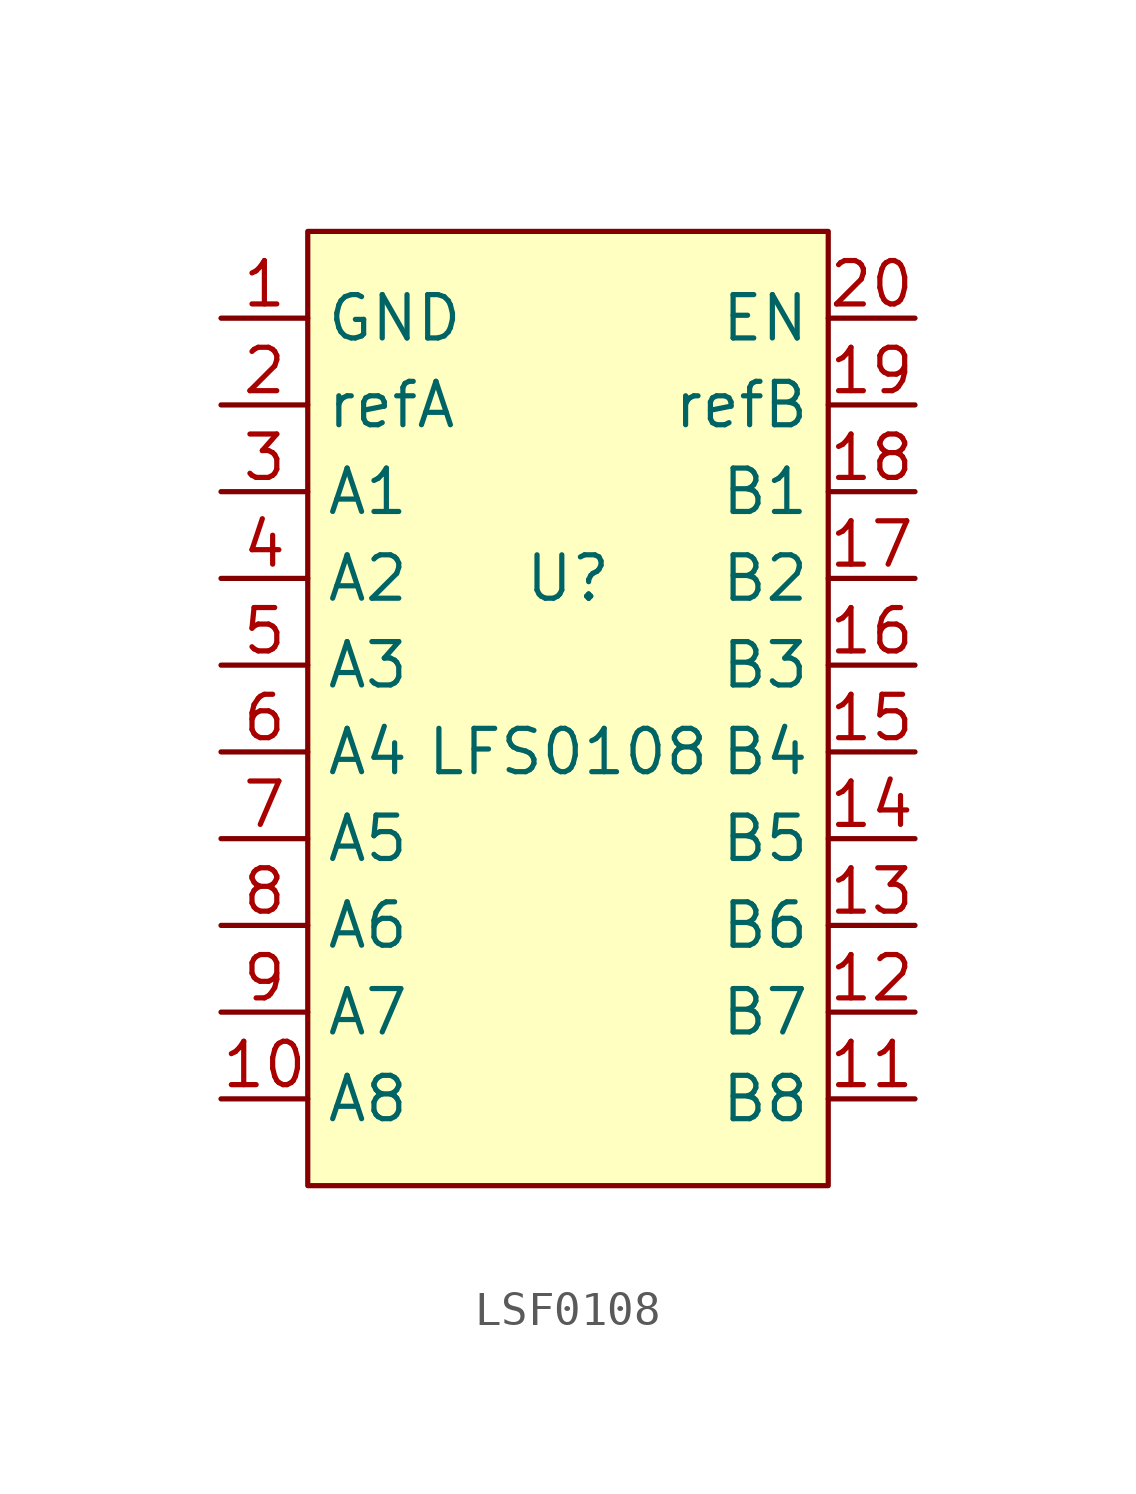
<source format=kicad_sym>
(kicad_symbol_lib
  (version 20220914)
  (generator kicad_symbol_editor)
  (symbol "LSF0108"
    (property "Reference" "U"
      (at 0 2.54 0)
      (effects (font (size 1.27 1.27))))
    (property "Value" "LFS0108"
      (at 0 -2.54 0)
      (effects (font (size 1.27 1.27))))
    (symbol "LSF0108_1_1"
      (rectangle (start -7.62 12.7) (end 7.62 -15.24) (stroke (width 0) (type default)) (fill (type background)))
      (pin passive line (at -10.16 10.16 0) (length 2.54) (name "GND" (effects (font (size 1.27 1.27)))) (number "1" (effects (font (size 1.27 1.27)))))
      (pin passive line (at -10.16 -12.7 0) (length 2.54) (name "A8" (effects (font (size 1.27 1.27)))) (number "10" (effects (font (size 1.27 1.27)))))
      (pin passive line (at 10.16 -12.7 180) (length 2.54) (name "B8" (effects (font (size 1.27 1.27)))) (number "11" (effects (font (size 1.27 1.27)))))
      (pin passive line (at 10.16 -10.16 180) (length 2.54) (name "B7" (effects (font (size 1.27 1.27)))) (number "12" (effects (font (size 1.27 1.27)))))
      (pin passive line (at 10.16 -7.62 180) (length 2.54) (name "B6" (effects (font (size 1.27 1.27)))) (number "13" (effects (font (size 1.27 1.27)))))
      (pin passive line (at 10.16 -5.08 180) (length 2.54) (name "B5" (effects (font (size 1.27 1.27)))) (number "14" (effects (font (size 1.27 1.27)))))
      (pin passive line (at 10.16 -2.54 180) (length 2.54) (name "B4" (effects (font (size 1.27 1.27)))) (number "15" (effects (font (size 1.27 1.27)))))
      (pin passive line (at 10.16 0 180) (length 2.54) (name "B3" (effects (font (size 1.27 1.27)))) (number "16" (effects (font (size 1.27 1.27)))))
      (pin passive line (at 10.16 2.54 180) (length 2.54) (name "B2" (effects (font (size 1.27 1.27)))) (number "17" (effects (font (size 1.27 1.27)))))
      (pin passive line (at 10.16 5.08 180) (length 2.54) (name "B1" (effects (font (size 1.27 1.27)))) (number "18" (effects (font (size 1.27 1.27)))))
      (pin passive line (at 10.16 7.62 180) (length 2.54) (name "refB" (effects (font (size 1.27 1.27)))) (number "19" (effects (font (size 1.27 1.27)))))
      (pin passive line (at -10.16 7.62 0) (length 2.54) (name "refA" (effects (font (size 1.27 1.27)))) (number "2" (effects (font (size 1.27 1.27)))))
      (pin passive line (at 10.16 10.16 180) (length 2.54) (name "EN" (effects (font (size 1.27 1.27)))) (number "20" (effects (font (size 1.27 1.27)))))
      (pin passive line (at -10.16 5.08 0) (length 2.54) (name "A1" (effects (font (size 1.27 1.27)))) (number "3" (effects (font (size 1.27 1.27)))))
      (pin passive line (at -10.16 2.54 0) (length 2.54) (name "A2" (effects (font (size 1.27 1.27)))) (number "4" (effects (font (size 1.27 1.27)))))
      (pin passive line (at -10.16 0 0) (length 2.54) (name "A3" (effects (font (size 1.27 1.27)))) (number "5" (effects (font (size 1.27 1.27)))))
      (pin passive line (at -10.16 -2.54 0) (length 2.54) (name "A4" (effects (font (size 1.27 1.27)))) (number "6" (effects (font (size 1.27 1.27)))))
      (pin passive line (at -10.16 -5.08 0) (length 2.54) (name "A5" (effects (font (size 1.27 1.27)))) (number "7" (effects (font (size 1.27 1.27)))))
      (pin passive line (at -10.16 -7.62 0) (length 2.54) (name "A6" (effects (font (size 1.27 1.27)))) (number "8" (effects (font (size 1.27 1.27)))))
      (pin passive line (at -10.16 -10.16 0) (length 2.54) (name "A7" (effects (font (size 1.27 1.27)))) (number "9" (effects (font (size 1.27 1.27))))))))
</source>
